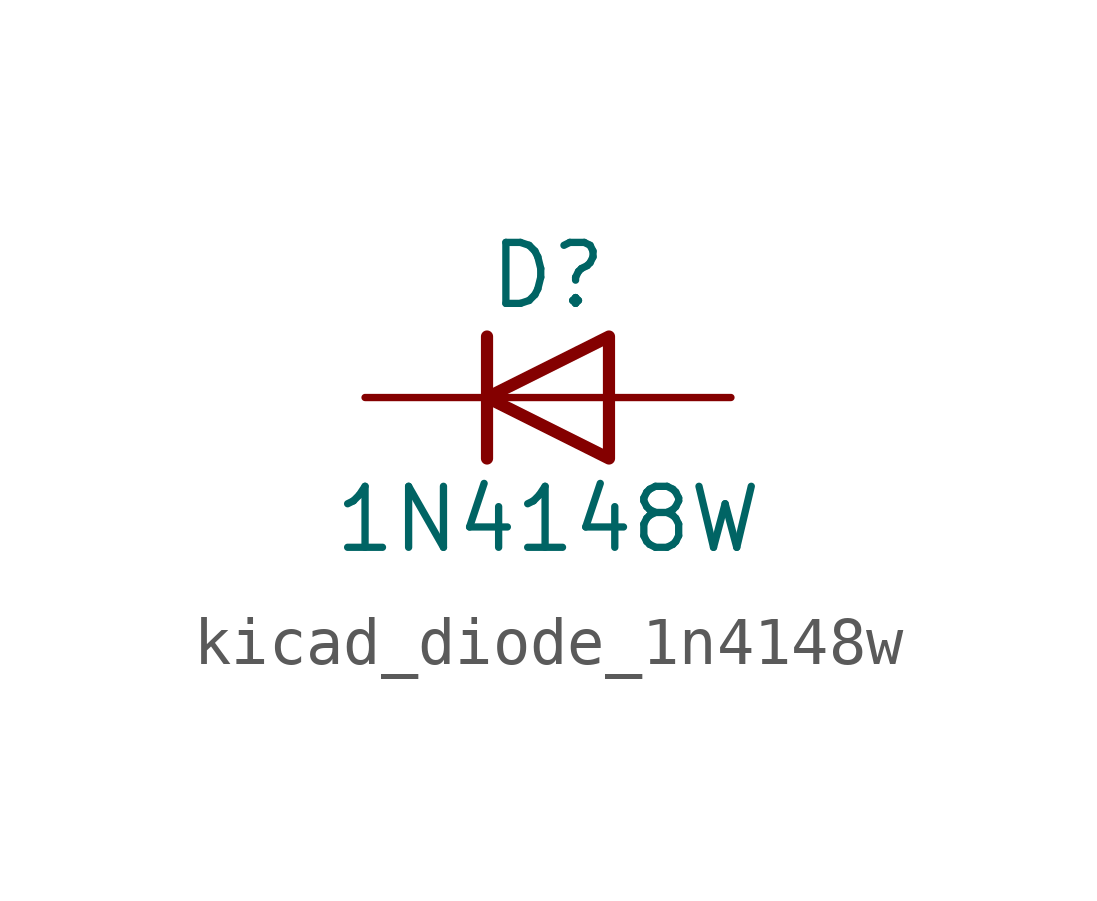
<source format=kicad_sym>
(kicad_symbol_lib
  (version 20220914)
  (generator kicad_symbol_editor)
  (symbol "kicad_diode_1n4148w"
    (pin_numbers hide)
    (pin_names hide)
    (property "Reference" "D"
      (at 0 2.54 0)
      (effects (font (size 1.27 1.27))))
    (property "Value" "1N4148W"
      (at 0 -2.54 0)
      (effects (font (size 1.27 1.27))))
    (symbol "kicad_diode_1n4148w_0_1"
      (polyline (pts (xy -1.27 1.27) (xy -1.27 -1.27)) (stroke (width 0.254) (type default)) (fill (type none)))
      (polyline (pts (xy 1.27 0) (xy -1.27 0)) (stroke (width 0) (type default)) (fill (type none)))
      (polyline (pts (xy 1.27 1.27) (xy 1.27 -1.27) (xy -1.27 0) (xy 1.27 1.27)) (stroke (width 0.254) (type default)) (fill (type none))))
    (symbol "kicad_diode_1n4148w_1_1"
      (pin passive line (at -3.81 0 0) (length 2.54) (name "K" (effects (font (size 1.27 1.27)))) (number "1" (effects (font (size 1.27 1.27)))))
      (pin passive line (at 3.81 0 180) (length 2.54) (name "A" (effects (font (size 1.27 1.27)))) (number "2" (effects (font (size 1.27 1.27))))))))
</source>
